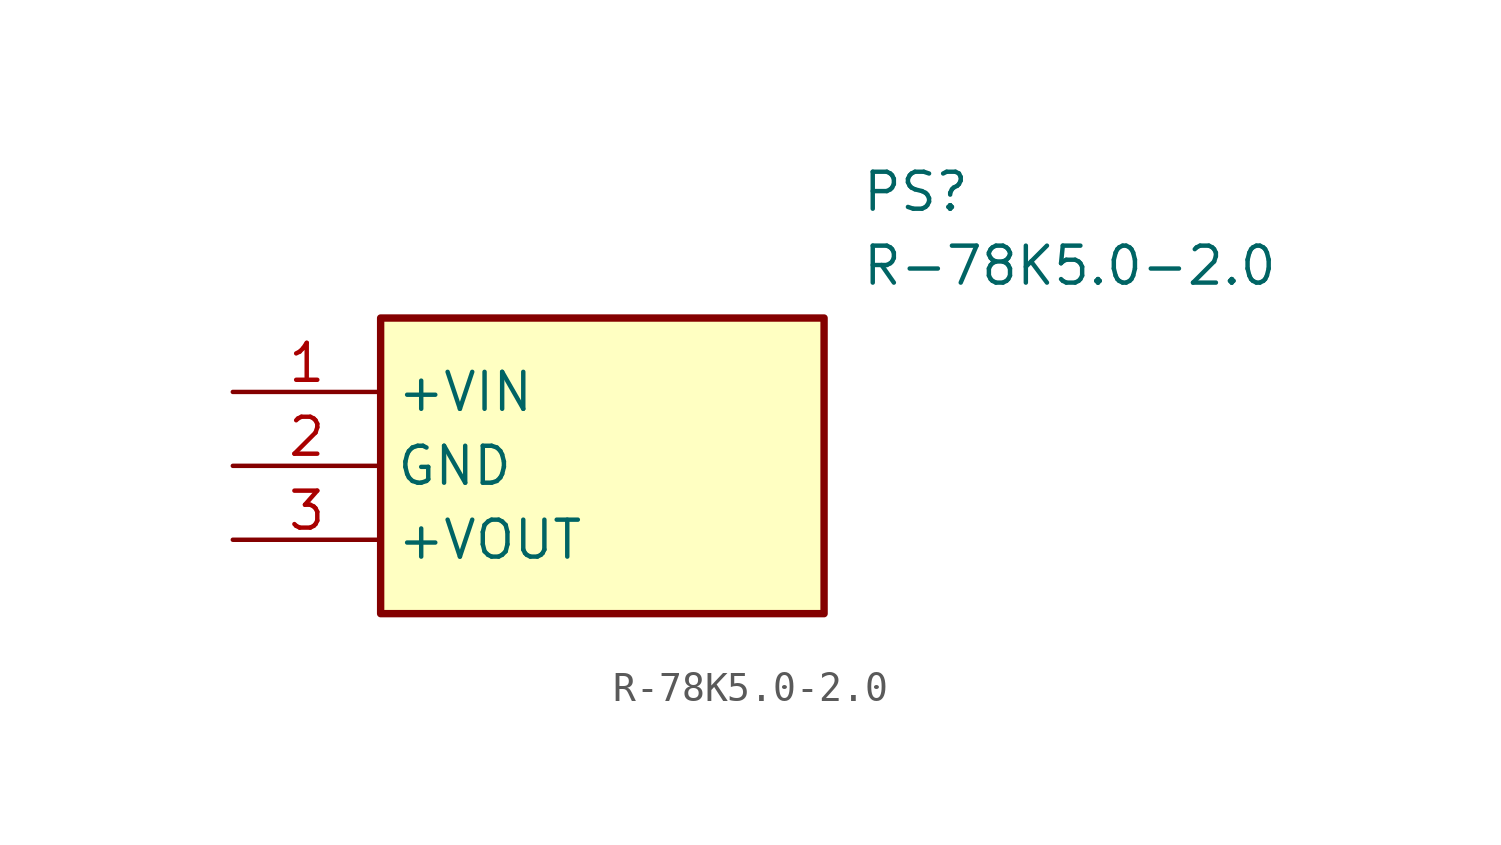
<source format=kicad_sym>
(kicad_symbol_lib
  (version 20211014)
  (generator SamacSys_ECAD_Model)
  (symbol "R-78K5.0-2.0"
    (property "Reference" "PS"
      (at 21.59 7.62 0)
      (effects (font (size 1.27 1.27)) (justify left top)))
    (property "Value" "R-78K5.0-2.0"
      (at 21.59 5.08 0)
      (effects (font (size 1.27 1.27)) (justify left top)))
    (rectangle
      (start 5.08 2.54)
      (end 20.32 -7.62)
      (stroke (width 0.254) (type default))
      (fill (type background)))
    (pin passive line
      (at 0 0 0)
      (length 5.08)
      (name "+VIN" (effects (font (size 1.27 1.27))))
      (number "1" (effects (font (size 1.27 1.27)))))
    (pin passive line
      (at 0 -2.54 0)
      (length 5.08)
      (name "GND" (effects (font (size 1.27 1.27))))
      (number "2" (effects (font (size 1.27 1.27)))))
    (pin passive line
      (at 0 -5.08 0)
      (length 5.08)
      (name "+VOUT" (effects (font (size 1.27 1.27))))
      (number "3" (effects (font (size 1.27 1.27)))))))
</source>
